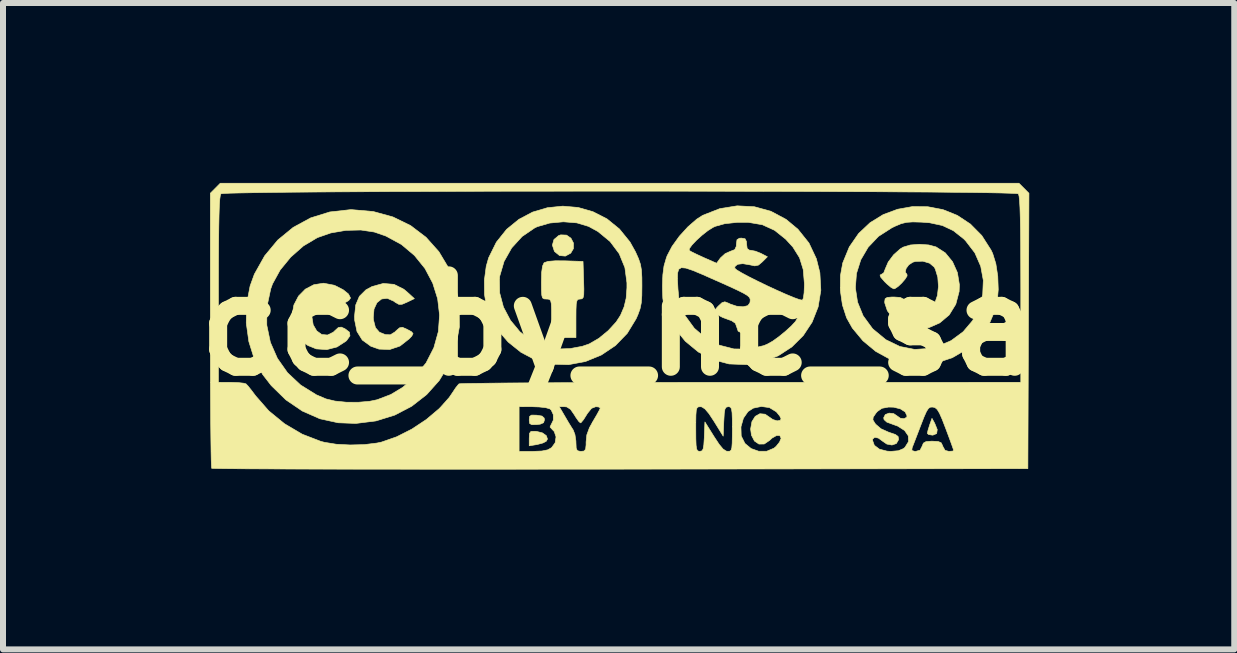
<source format=kicad_pcb>
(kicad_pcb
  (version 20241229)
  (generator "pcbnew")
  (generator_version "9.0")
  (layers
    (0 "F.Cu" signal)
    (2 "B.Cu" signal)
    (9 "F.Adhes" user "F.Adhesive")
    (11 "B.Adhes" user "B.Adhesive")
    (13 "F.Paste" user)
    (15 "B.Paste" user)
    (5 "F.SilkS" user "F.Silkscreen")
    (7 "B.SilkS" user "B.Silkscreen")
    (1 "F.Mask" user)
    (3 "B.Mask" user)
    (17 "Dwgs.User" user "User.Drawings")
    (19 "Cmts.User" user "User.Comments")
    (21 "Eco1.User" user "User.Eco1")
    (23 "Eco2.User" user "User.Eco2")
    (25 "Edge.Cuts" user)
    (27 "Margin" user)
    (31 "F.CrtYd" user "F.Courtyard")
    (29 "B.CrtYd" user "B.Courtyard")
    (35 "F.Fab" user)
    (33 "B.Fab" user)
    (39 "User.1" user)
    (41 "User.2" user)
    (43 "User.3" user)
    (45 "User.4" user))
  (footprint "cc_by_nc_sa"
    (layer "F.Cu")
    (at 7.264 2.376)
    (property "Reference" "cc_by_nc_sa" (at 0 0 0) (layer "F.SilkS") (effects (font (size 1.524 1.524) (thickness 0.3))))
    (attr through_hole)
    (fp_poly (pts (xy 5.27 1.63) (xy 5.313 1.736) (xy 5.303 1.803) (xy 5.241 1.829) (xy 5.232 1.829) (xy 5.169 1.819) (xy 5.148 1.8) (xy 5.158 1.751) (xy 5.183 1.67) (xy 5.186 1.66) (xy 5.225 1.549) (xy 5.27 1.63)) (stroke (width 0.01) (type solid)) (fill yes) (layer "F.SilkS"))
    (fp_poly (pts (xy -1.367 1.767) (xy -1.269 1.792) (xy -1.205 1.838) (xy -1.186 1.894) (xy -1.206 1.931) (xy -1.262 1.96) (xy -1.351 1.984) (xy -1.366 1.987) (xy -1.49 2.007) (xy -1.49 1.882) (xy -1.486 1.8) (xy -1.461 1.767) (xy -1.395 1.765) (xy -1.367 1.767)) (stroke (width 0.01) (type solid)) (fill yes) (layer "F.SilkS"))
    (fp_poly (pts (xy -0.868 -1.506) (xy -0.794 -1.454) (xy -0.752 -1.373) (xy -0.753 -1.281) (xy -0.798 -1.205) (xy -0.888 -1.156) (xy -0.985 -1.165) (xy -1.066 -1.231) (xy -1.071 -1.238) (xy -1.104 -1.339) (xy -1.078 -1.432) (xy -1 -1.498) (xy -0.965 -1.51) (xy -0.868 -1.506)) (stroke (width 0.01) (type solid)) (fill yes) (layer "F.SilkS"))
    (fp_poly (pts (xy -1.374 1.496) (xy -1.363 1.497) (xy -1.277 1.511) (xy -1.241 1.544) (xy -1.236 1.575) (xy -1.251 1.622) (xy -1.306 1.646) (xy -1.363 1.653) (xy -1.446 1.655) (xy -1.482 1.636) (xy -1.49 1.582) (xy -1.49 1.575) (xy -1.484 1.517) (xy -1.452 1.495) (xy -1.374 1.496)) (stroke (width 0.01) (type solid)) (fill yes) (layer "F.SilkS"))
    (fp_poly (pts (xy -0.892 -1.077) (xy -0.593 -1.067) (xy -0.583 -0.754) (xy -0.579 -0.607) (xy -0.581 -0.515) (xy -0.591 -0.465) (xy -0.611 -0.444) (xy -0.642 -0.44) (xy -0.674 -0.436) (xy -0.694 -0.414) (xy -0.706 -0.361) (xy -0.71 -0.266) (xy -0.711 -0.119) (xy -0.711 0.203) (xy -1.118 0.203) (xy -1.118 -0.119) (xy -1.118 -0.268) (xy -1.122 -0.362) (xy -1.133 -0.413) (xy -1.154 -0.435) (xy -1.188 -0.44) (xy -1.202 -0.44) (xy -1.244 -0.443) (xy -1.269 -0.46) (xy -1.281 -0.505) (xy -1.286 -0.592) (xy -1.287 -0.724) (xy -1.283 -0.886) (xy -1.268 -0.99) (xy -1.243 -1.044) (xy -1.239 -1.047) (xy -1.176 -1.068) (xy -1.052 -1.078) (xy -0.892 -1.077)) (stroke (width 0.01) (type solid)) (fill yes) (layer "F.SilkS"))
    (fp_poly (pts (xy -3.745 -0.685) (xy -3.582 -0.604) (xy -3.528 -0.559) (xy -3.405 -0.447) (xy -3.527 -0.388) (xy -3.609 -0.353) (xy -3.663 -0.351) (xy -3.722 -0.384) (xy -3.748 -0.404) (xy -3.856 -0.452) (xy -3.952 -0.441) (xy -4.029 -0.379) (xy -4.078 -0.273) (xy -4.09 -0.131) (xy -4.086 -0.088) (xy -4.054 0.037) (xy -3.988 0.113) (xy -3.888 0.153) (xy -3.806 0.156) (xy -3.731 0.11) (xy -3.714 0.093) (xy -3.653 0.04) (xy -3.604 0.031) (xy -3.535 0.061) (xy -3.454 0.104) (xy -3.427 0.136) (xy -3.449 0.178) (xy -3.491 0.223) (xy -3.644 0.343) (xy -3.815 0.401) (xy -3.995 0.395) (xy -4.131 0.347) (xy -4.273 0.244) (xy -4.362 0.101) (xy -4.4 -0.085) (xy -4.403 -0.149) (xy -4.383 -0.341) (xy -4.322 -0.485) (xy -4.213 -0.593) (xy -4.11 -0.649) (xy -3.923 -0.7) (xy -3.745 -0.685)) (stroke (width 0.01) (type solid)) (fill yes) (layer "F.SilkS"))
    (fp_poly (pts (xy -4.745 -0.671) (xy -4.723 -0.662) (xy -4.592 -0.595) (xy -4.504 -0.524) (xy -4.47 -0.458) (xy -4.47 -0.456) (xy -4.499 -0.416) (xy -4.567 -0.375) (xy -4.573 -0.372) (xy -4.652 -0.348) (xy -4.706 -0.362) (xy -4.741 -0.389) (xy -4.843 -0.447) (xy -4.943 -0.445) (xy -5.029 -0.391) (xy -5.09 -0.292) (xy -5.114 -0.154) (xy -5.114 -0.147) (xy -5.092 -0.01) (xy -5.033 0.091) (xy -4.95 0.151) (xy -4.854 0.16) (xy -4.757 0.113) (xy -4.731 0.088) (xy -4.673 0.035) (xy -4.624 0.028) (xy -4.563 0.055) (xy -4.488 0.112) (xy -4.479 0.173) (xy -4.533 0.25) (xy -4.547 0.263) (xy -4.695 0.359) (xy -4.866 0.403) (xy -5.041 0.391) (xy -5.181 0.334) (xy -5.296 0.252) (xy -5.367 0.163) (xy -5.416 0.038) (xy -5.421 0.019) (xy -5.445 -0.168) (xy -5.414 -0.341) (xy -5.337 -0.489) (xy -5.223 -0.605) (xy -5.081 -0.679) (xy -4.919 -0.704) (xy -4.745 -0.671)) (stroke (width 0.01) (type solid)) (fill yes) (layer "F.SilkS"))
    (fp_poly (pts (xy 5.17 -1.342) (xy 5.293 -1.309) (xy 5.447 -1.21) (xy 5.568 -1.062) (xy 5.649 -0.881) (xy 5.682 -0.679) (xy 5.678 -0.566) (xy 5.622 -0.353) (xy 5.512 -0.175) (xy 5.354 -0.042) (xy 5.178 0.035) (xy 5.079 0.058) (xy 4.993 0.061) (xy 4.888 0.043) (xy 4.852 0.035) (xy 4.702 -0.026) (xy 4.573 -0.124) (xy 4.481 -0.245) (xy 4.438 -0.374) (xy 4.437 -0.398) (xy 4.444 -0.445) (xy 4.479 -0.467) (xy 4.559 -0.474) (xy 4.59 -0.474) (xy 4.695 -0.467) (xy 4.75 -0.44) (xy 4.764 -0.415) (xy 4.834 -0.309) (xy 4.94 -0.247) (xy 5.065 -0.234) (xy 5.188 -0.277) (xy 5.204 -0.287) (xy 5.272 -0.372) (xy 5.316 -0.5) (xy 5.333 -0.65) (xy 5.322 -0.803) (xy 5.281 -0.938) (xy 5.263 -0.972) (xy 5.187 -1.037) (xy 5.074 -1.071) (xy 4.951 -1.067) (xy 4.905 -1.054) (xy 4.838 -1.01) (xy 4.793 -0.948) (xy 4.78 -0.889) (xy 4.807 -0.853) (xy 4.808 -0.853) (xy 4.81 -0.825) (xy 4.776 -0.771) (xy 4.72 -0.706) (xy 4.658 -0.648) (xy 4.605 -0.613) (xy 4.589 -0.61) (xy 4.545 -0.632) (xy 4.476 -0.69) (xy 4.437 -0.728) (xy 4.371 -0.804) (xy 4.359 -0.841) (xy 4.375 -0.847) (xy 4.421 -0.877) (xy 4.447 -0.944) (xy 4.496 -1.058) (xy 4.585 -1.177) (xy 4.695 -1.275) (xy 4.744 -1.305) (xy 4.862 -1.341) (xy 5.014 -1.353) (xy 5.17 -1.342)) (stroke (width 0.01) (type solid)) (fill yes) (layer "F.SilkS"))
    (fp_poly (pts (xy 5.157 -1.979) (xy 5.408 -1.931) (xy 5.647 -1.835) (xy 5.865 -1.691) (xy 6.055 -1.499) (xy 6.209 -1.258) (xy 6.237 -1.2) (xy 6.29 -1.029) (xy 6.322 -0.82) (xy 6.33 -0.599) (xy 6.313 -0.394) (xy 6.289 -0.283) (xy 6.177 -0.019) (xy 6.013 0.21) (xy 5.806 0.397) (xy 5.564 0.538) (xy 5.297 0.627) (xy 5.012 0.658) (xy 4.779 0.64) (xy 4.528 0.565) (xy 4.289 0.434) (xy 4.074 0.256) (xy 3.897 0.043) (xy 3.801 -0.128) (xy 3.732 -0.341) (xy 3.697 -0.585) (xy 3.697 -0.627) (xy 3.948 -0.627) (xy 3.984 -0.389) (xy 4.077 -0.161) (xy 4.229 0.047) (xy 4.243 0.062) (xy 4.456 0.238) (xy 4.689 0.351) (xy 4.937 0.4) (xy 5.195 0.383) (xy 5.304 0.356) (xy 5.545 0.253) (xy 5.745 0.105) (xy 5.901 -0.079) (xy 6.01 -0.289) (xy 6.071 -0.517) (xy 6.081 -0.752) (xy 6.038 -0.986) (xy 5.94 -1.21) (xy 5.784 -1.413) (xy 5.752 -1.445) (xy 5.581 -1.58) (xy 5.399 -1.666) (xy 5.185 -1.712) (xy 5.052 -1.722) (xy 4.906 -1.726) (xy 4.801 -1.719) (xy 4.711 -1.697) (xy 4.609 -1.654) (xy 4.554 -1.627) (xy 4.333 -1.485) (xy 4.161 -1.304) (xy 4.038 -1.094) (xy 3.966 -0.865) (xy 3.948 -0.627) (xy 3.697 -0.627) (xy 3.699 -0.831) (xy 3.737 -1.041) (xy 3.847 -1.309) (xy 4.002 -1.533) (xy 4.193 -1.713) (xy 4.412 -1.848) (xy 4.651 -1.937) (xy 4.902 -1.982) (xy 5.157 -1.979)) (stroke (width 0.01) (type solid)) (fill yes) (layer "F.SilkS"))
    (fp_poly (pts (xy -4.09 -1.899) (xy -3.763 -1.809) (xy -3.468 -1.665) (xy -3.211 -1.47) (xy -2.996 -1.229) (xy -2.828 -0.948) (xy -2.712 -0.629) (xy -2.658 -0.32) (xy -2.655 0.025) (xy -2.713 0.35) (xy -2.827 0.65) (xy -2.991 0.919) (xy -3.2 1.153) (xy -3.449 1.347) (xy -3.732 1.495) (xy -4.045 1.592) (xy -4.381 1.634) (xy -4.676 1.623) (xy -4.981 1.556) (xy -5.274 1.427) (xy -5.547 1.241) (xy -5.791 1.003) (xy -5.935 0.817) (xy -6.074 0.56) (xy -6.165 0.269) (xy -6.203 -0.005) (xy -5.866 -0.005) (xy -5.806 0.282) (xy -5.689 0.549) (xy -5.52 0.789) (xy -5.301 0.994) (xy -5.037 1.158) (xy -4.879 1.225) (xy -4.73 1.261) (xy -4.541 1.28) (xy -4.34 1.281) (xy -4.152 1.265) (xy -4.026 1.239) (xy -3.796 1.151) (xy -3.599 1.032) (xy -3.407 0.866) (xy -3.4 0.858) (xy -3.21 0.625) (xy -3.08 0.371) (xy -3.005 0.102) (xy -2.985 -0.172) (xy -3.017 -0.444) (xy -3.099 -0.705) (xy -3.228 -0.949) (xy -3.403 -1.166) (xy -3.62 -1.349) (xy -3.879 -1.49) (xy -4.072 -1.557) (xy -4.297 -1.591) (xy -4.548 -1.585) (xy -4.799 -1.542) (xy -5.023 -1.464) (xy -5.256 -1.325) (xy -5.467 -1.139) (xy -5.643 -0.924) (xy -5.77 -0.693) (xy -5.8 -0.61) (xy -5.865 -0.305) (xy -5.866 -0.005) (xy -6.203 -0.005) (xy -6.208 -0.042) (xy -6.202 -0.356) (xy -6.144 -0.658) (xy -6.073 -0.854) (xy -5.9 -1.162) (xy -5.682 -1.424) (xy -5.425 -1.635) (xy -5.134 -1.793) (xy -4.816 -1.892) (xy -4.475 -1.93) (xy -4.445 -1.93) (xy -4.09 -1.899)) (stroke (width 0.01) (type solid)) (fill yes) (layer "F.SilkS"))
    (fp_poly (pts (xy -0.675 -1.967) (xy -0.427 -1.896) (xy -0.194 -1.777) (xy 0.014 -1.608) (xy 0.19 -1.391) (xy 0.282 -1.226) (xy 0.332 -1.114) (xy 0.364 -1.02) (xy 0.381 -0.923) (xy 0.388 -0.799) (xy 0.389 -0.66) (xy 0.387 -0.495) (xy 0.378 -0.375) (xy 0.358 -0.278) (xy 0.323 -0.181) (xy 0.292 -0.111) (xy 0.144 0.132) (xy -0.052 0.335) (xy -0.288 0.493) (xy -0.551 0.601) (xy -0.834 0.654) (xy -1.126 0.646) (xy -1.141 0.644) (xy -1.39 0.574) (xy -1.628 0.448) (xy -1.842 0.276) (xy -2.021 0.069) (xy -2.152 -0.162) (xy -2.201 -0.304) (xy -2.236 -0.519) (xy -2.238 -0.757) (xy -2.234 -0.783) (xy -1.987 -0.783) (xy -1.983 -0.542) (xy -1.92 -0.306) (xy -1.804 -0.086) (xy -1.646 0.105) (xy -1.451 0.258) (xy -1.229 0.359) (xy -1.202 0.366) (xy -1.019 0.393) (xy -0.809 0.386) (xy -0.605 0.348) (xy -0.489 0.308) (xy -0.329 0.215) (xy -0.172 0.086) (xy -0.04 -0.058) (xy 0.032 -0.169) (xy 0.092 -0.31) (xy 0.126 -0.453) (xy 0.139 -0.626) (xy 0.139 -0.71) (xy 0.105 -0.964) (xy 0.01 -1.196) (xy -0.142 -1.399) (xy -0.345 -1.566) (xy -0.5 -1.651) (xy -0.696 -1.71) (xy -0.92 -1.728) (xy -1.148 -1.707) (xy -1.355 -1.647) (xy -1.399 -1.626) (xy -1.609 -1.483) (xy -1.783 -1.292) (xy -1.91 -1.067) (xy -1.982 -0.822) (xy -1.987 -0.783) (xy -2.234 -0.783) (xy -2.207 -0.986) (xy -2.167 -1.127) (xy -2.038 -1.388) (xy -1.867 -1.602) (xy -1.662 -1.769) (xy -1.433 -1.89) (xy -1.186 -1.963) (xy -0.931 -1.989) (xy -0.675 -1.967)) (stroke (width 0.01) (type solid)) (fill yes) (layer "F.SilkS"))
    (fp_poly (pts (xy 2.264 -1.979) (xy 2.538 -1.904) (xy 2.793 -1.768) (xy 2.99 -1.604) (xy 3.174 -1.374) (xy 3.298 -1.111) (xy 3.356 -0.879) (xy 3.372 -0.585) (xy 3.327 -0.309) (xy 3.227 -0.055) (xy 3.079 0.169) (xy 2.889 0.358) (xy 2.662 0.506) (xy 2.405 0.607) (xy 2.125 0.653) (xy 1.841 0.642) (xy 1.577 0.572) (xy 1.33 0.443) (xy 1.112 0.263) (xy 0.931 0.04) (xy 0.838 -0.126) (xy 0.785 -0.248) (xy 0.752 -0.349) (xy 0.737 -0.455) (xy 0.732 -0.594) (xy 0.731 -0.66) (xy 0.735 -0.779) (xy 0.981 -0.779) (xy 0.988 -0.643) (xy 0.99 -0.606) (xy 1.005 -0.446) (xy 1.034 -0.323) (xy 1.085 -0.207) (xy 1.107 -0.166) (xy 1.263 0.048) (xy 1.458 0.214) (xy 1.682 0.33) (xy 1.923 0.392) (xy 2.173 0.395) (xy 2.42 0.337) (xy 2.478 0.313) (xy 2.566 0.264) (xy 2.671 0.189) (xy 2.779 0.101) (xy 2.876 0.013) (xy 2.948 -0.064) (xy 2.979 -0.116) (xy 2.98 -0.121) (xy 2.951 -0.146) (xy 2.879 -0.187) (xy 2.781 -0.236) (xy 2.676 -0.283) (xy 2.584 -0.32) (xy 2.522 -0.338) (xy 2.516 -0.339) (xy 2.483 -0.311) (xy 2.455 -0.262) (xy 2.405 -0.202) (xy 2.318 -0.139) (xy 2.279 -0.119) (xy 2.188 -0.067) (xy 2.145 -0.017) (xy 2.135 0.045) (xy 2.125 0.113) (xy 2.086 0.132) (xy 2.057 0.129) (xy 1.993 0.095) (xy 1.971 0.03) (xy 1.947 -0.036) (xy 1.884 -0.079) (xy 1.835 -0.096) (xy 1.733 -0.134) (xy 1.649 -0.178) (xy 1.642 -0.183) (xy 1.601 -0.219) (xy 1.6 -0.251) (xy 1.642 -0.301) (xy 1.663 -0.323) (xy 1.725 -0.38) (xy 1.772 -0.394) (xy 1.837 -0.369) (xy 1.86 -0.357) (xy 1.967 -0.321) (xy 2.075 -0.311) (xy 2.076 -0.311) (xy 2.155 -0.33) (xy 2.189 -0.377) (xy 2.194 -0.408) (xy 2.194 -0.439) (xy 2.181 -0.468) (xy 2.146 -0.5) (xy 2.082 -0.538) (xy 1.98 -0.589) (xy 1.833 -0.657) (xy 1.632 -0.747) (xy 1.619 -0.752) (xy 1.401 -0.849) (xy 1.238 -0.917) (xy 1.123 -0.956) (xy 1.047 -0.963) (xy 1.003 -0.937) (xy 0.984 -0.876) (xy 0.981 -0.779) (xy 0.735 -0.779) (xy 0.738 -0.846) (xy 0.757 -0.991) (xy 0.795 -1.122) (xy 0.809 -1.161) (xy 0.856 -1.251) (xy 1.177 -1.251) (xy 1.219 -1.226) (xy 1.305 -1.184) (xy 1.416 -1.133) (xy 1.418 -1.132) (xy 1.634 -1.037) (xy 1.699 -1.126) (xy 1.777 -1.197) (xy 1.864 -1.236) (xy 1.937 -1.264) (xy 1.962 -1.319) (xy 1.964 -1.357) (xy 1.974 -1.429) (xy 2.015 -1.454) (xy 2.049 -1.456) (xy 2.109 -1.445) (xy 2.132 -1.399) (xy 2.134 -1.355) (xy 2.144 -1.281) (xy 2.183 -1.254) (xy 2.203 -1.253) (xy 2.281 -1.238) (xy 2.374 -1.201) (xy 2.377 -1.199) (xy 2.481 -1.145) (xy 2.397 -1.061) (xy 2.332 -1.006) (xy 2.27 -0.993) (xy 2.19 -1.01) (xy 2.071 -1.03) (xy 1.983 -1.019) (xy 1.939 -0.981) (xy 1.937 -0.954) (xy 1.97 -0.925) (xy 2.052 -0.876) (xy 2.173 -0.811) (xy 2.319 -0.738) (xy 2.48 -0.66) (xy 2.642 -0.585) (xy 2.793 -0.518) (xy 2.923 -0.464) (xy 3.017 -0.43) (xy 3.065 -0.421) (xy 3.065 -0.421) (xy 3.081 -0.457) (xy 3.093 -0.545) (xy 3.098 -0.669) (xy 3.098 -0.697) (xy 3.078 -0.933) (xy 3.017 -1.129) (xy 2.905 -1.308) (xy 2.786 -1.438) (xy 2.601 -1.586) (xy 2.397 -1.679) (xy 2.162 -1.719) (xy 1.981 -1.719) (xy 1.769 -1.696) (xy 1.611 -1.652) (xy 1.575 -1.635) (xy 1.487 -1.58) (xy 1.391 -1.504) (xy 1.299 -1.421) (xy 1.225 -1.343) (xy 1.18 -1.281) (xy 1.177 -1.251) (xy 0.856 -1.251) (xy 0.892 -1.319) (xy 1.013 -1.487) (xy 1.156 -1.644) (xy 1.303 -1.772) (xy 1.403 -1.836) (xy 1.687 -1.947) (xy 1.977 -1.994) (xy 2.264 -1.979)) (stroke (width 0.01) (type solid)) (fill yes) (layer "F.SilkS"))
    (fp_poly (pts (xy 6.842 -2.204) (xy 6.833 0.092) (xy 6.824 2.388) (xy 0.031 2.396) (xy -0.642 2.397) (xy -1.298 2.397) (xy -1.932 2.398) (xy -2.541 2.398) (xy -3.123 2.398) (xy -3.674 2.397) (xy -4.191 2.397) (xy -4.671 2.396) (xy -5.11 2.395) (xy -5.505 2.394) (xy -5.853 2.392) (xy -6.151 2.391) (xy -6.396 2.389) (xy -6.584 2.387) (xy -6.712 2.385) (xy -6.777 2.383) (xy -6.785 2.382) (xy -6.788 2.345) (xy -6.792 2.246) (xy -6.795 2.091) (xy -6.798 1.884) (xy -6.801 1.632) (xy -6.803 1.341) (xy -6.805 1.015) (xy -6.806 0.661) (xy -6.807 0.284) (xy -6.807 0.077) (xy -6.807 -0.603) (xy -6.672 -0.603) (xy -6.672 0.948) (xy -6.46 0.949) (xy -6.343 0.953) (xy -6.253 0.963) (xy -6.213 0.974) (xy -6.176 1.013) (xy -6.115 1.09) (xy -6.051 1.175) (xy -5.833 1.424) (xy -5.569 1.64) (xy -5.274 1.814) (xy -4.965 1.933) (xy -4.903 1.949) (xy -4.706 1.981) (xy -4.476 1.993) (xy -4.24 1.987) (xy -4.029 1.961) (xy -3.953 1.945) (xy -3.701 1.857) (xy -3.446 1.728) (xy -3.205 1.568) (xy -2.993 1.389) (xy -2.961 1.355) (xy -1.659 1.355) (xy -1.659 2.1) (xy -1.426 2.1) (xy -1.279 2.094) (xy -1.181 2.074) (xy -1.117 2.038) (xy -1.058 1.956) (xy -1.043 1.858) (xy -1.073 1.769) (xy -1.103 1.738) (xy -1.143 1.694) (xy -1.125 1.653) (xy -1.124 1.653) (xy -1.088 1.578) (xy -1.089 1.486) (xy -1.124 1.41) (xy -1.149 1.39) (xy -1.216 1.371) (xy -1.326 1.359) (xy -1.437 1.355) (xy -0.989 1.355) (xy -0.895 1.516) (xy -0.834 1.62) (xy -0.779 1.709) (xy -0.757 1.743) (xy -0.728 1.819) (xy -0.712 1.925) (xy -0.711 1.955) (xy -0.707 2.046) (xy -0.688 2.088) (xy -0.643 2.099) (xy -0.627 2.1) (xy -0.575 2.094) (xy -0.55 2.063) (xy -0.542 1.991) (xy -0.542 1.943) (xy -0.53 1.825) (xy -0.494 1.727) (xy 1.287 1.727) (xy 1.288 1.89) (xy 1.292 1.997) (xy 1.301 2.06) (xy 1.317 2.09) (xy 1.342 2.099) (xy 1.353 2.1) (xy 1.388 2.092) (xy 1.409 2.061) (xy 1.421 1.992) (xy 1.429 1.87) (xy 1.429 1.854) (xy 1.439 1.609) (xy 1.592 1.854) (xy 1.677 1.983) (xy 1.741 2.06) (xy 1.794 2.095) (xy 1.82 2.099) (xy 1.854 2.097) (xy 1.875 2.081) (xy 1.888 2.039) (xy 1.894 1.961) (xy 1.896 1.834) (xy 1.897 1.727) (xy 1.896 1.691) (xy 2.04 1.691) (xy 2.044 1.836) (xy 2.047 1.848) (xy 2.107 1.968) (xy 2.21 2.053) (xy 2.337 2.098) (xy 2.469 2.098) (xy 2.59 2.047) (xy 2.626 2.017) (xy 2.683 1.946) (xy 2.697 1.913) (xy 4.233 1.913) (xy 4.264 1.999) (xy 4.349 2.063) (xy 4.476 2.096) (xy 4.538 2.1) (xy 4.666 2.089) (xy 4.676 2.085) (xy 4.889 2.085) (xy 4.935 2.099) (xy 4.954 2.1) (xy 5.027 2.079) (xy 5.06 2.015) (xy 5.082 1.962) (xy 5.126 1.937) (xy 5.213 1.93) (xy 5.232 1.93) (xy 5.328 1.935) (xy 5.378 1.956) (xy 5.402 2.004) (xy 5.405 2.015) (xy 5.443 2.083) (xy 5.507 2.1) (xy 5.569 2.095) (xy 5.588 2.087) (xy 5.577 2.053) (xy 5.547 1.968) (xy 5.502 1.846) (xy 5.456 1.723) (xy 5.396 1.567) (xy 5.35 1.463) (xy 5.313 1.402) (xy 5.277 1.371) (xy 5.241 1.361) (xy 5.201 1.362) (xy 5.168 1.382) (xy 5.134 1.433) (xy 5.092 1.527) (xy 5.038 1.666) (xy 4.984 1.807) (xy 4.937 1.929) (xy 4.904 2.014) (xy 4.894 2.04) (xy 4.889 2.085) (xy 4.676 2.085) (xy 4.751 2.053) (xy 4.775 2.032) (xy 4.834 1.937) (xy 4.83 1.841) (xy 4.769 1.752) (xy 4.655 1.679) (xy 4.572 1.649) (xy 4.472 1.612) (xy 4.426 1.57) (xy 4.42 1.539) (xy 4.447 1.486) (xy 4.511 1.462) (xy 4.586 1.47) (xy 4.638 1.505) (xy 4.697 1.547) (xy 4.761 1.555) (xy 4.804 1.53) (xy 4.809 1.508) (xy 4.778 1.442) (xy 4.698 1.391) (xy 4.586 1.363) (xy 4.502 1.361) (xy 4.39 1.382) (xy 4.313 1.436) (xy 4.289 1.465) (xy 4.245 1.53) (xy 4.24 1.575) (xy 4.275 1.632) (xy 4.287 1.648) (xy 4.375 1.723) (xy 4.504 1.781) (xy 4.516 1.785) (xy 4.614 1.818) (xy 4.66 1.851) (xy 4.668 1.896) (xy 4.667 1.907) (xy 4.631 1.969) (xy 4.558 1.994) (xy 4.472 1.978) (xy 4.405 1.932) (xy 4.331 1.878) (xy 4.269 1.865) (xy 4.235 1.896) (xy 4.233 1.913) (xy 2.697 1.913) (xy 2.709 1.885) (xy 2.709 1.881) (xy 2.688 1.836) (xy 2.633 1.836) (xy 2.56 1.877) (xy 2.518 1.916) (xy 2.428 1.977) (xy 2.34 1.978) (xy 2.265 1.927) (xy 2.215 1.83) (xy 2.201 1.727) (xy 2.223 1.604) (xy 2.278 1.516) (xy 2.356 1.472) (xy 2.443 1.48) (xy 2.504 1.522) (xy 2.572 1.569) (xy 2.644 1.591) (xy 2.696 1.582) (xy 2.709 1.556) (xy 2.687 1.51) (xy 2.634 1.445) (xy 2.626 1.438) (xy 2.515 1.37) (xy 2.38 1.351) (xy 2.246 1.379) (xy 2.158 1.436) (xy 2.081 1.547) (xy 2.04 1.691) (xy 1.896 1.691) (xy 1.896 1.564) (xy 1.892 1.457) (xy 1.883 1.394) (xy 1.867 1.364) (xy 1.841 1.355) (xy 1.83 1.355) (xy 1.796 1.362) (xy 1.774 1.393) (xy 1.762 1.463) (xy 1.755 1.584) (xy 1.754 1.6) (xy 1.744 1.846) (xy 1.592 1.6) (xy 1.507 1.471) (xy 1.442 1.394) (xy 1.389 1.359) (xy 1.363 1.355) (xy 1.33 1.358) (xy 1.308 1.374) (xy 1.295 1.415) (xy 1.289 1.494) (xy 1.287 1.621) (xy 1.287 1.727) (xy -0.494 1.727) (xy -0.487 1.707) (xy -0.423 1.592) (xy -0.363 1.49) (xy -0.321 1.413) (xy -0.305 1.376) (xy -0.334 1.359) (xy -0.381 1.355) (xy -0.451 1.382) (xy -0.52 1.467) (xy -0.534 1.49) (xy -0.585 1.571) (xy -0.625 1.619) (xy -0.636 1.625) (xy -0.666 1.598) (xy -0.713 1.531) (xy -0.738 1.49) (xy -0.801 1.399) (xy -0.863 1.359) (xy -0.902 1.355) (xy -0.989 1.355) (xy -1.437 1.355) (xy -1.659 1.355) (xy -2.961 1.355) (xy -2.825 1.202) (xy -2.771 1.123) (xy -2.716 1.04) (xy -2.67 0.983) (xy -2.66 0.974) (xy -2.623 0.971) (xy -2.521 0.968) (xy -2.36 0.966) (xy -2.143 0.963) (xy -1.873 0.96) (xy -1.556 0.958) (xy -1.194 0.956) (xy -0.791 0.954) (xy -0.352 0.953) (xy 0.119 0.951) (xy 0.619 0.95) (xy 1.144 0.949) (xy 1.69 0.949) (xy 2.04 0.949) (xy 6.706 0.948) (xy 6.706 -0.603) (xy 6.705 -0.994) (xy 6.704 -1.321) (xy 6.701 -1.59) (xy 6.697 -1.803) (xy 6.692 -1.966) (xy 6.685 -2.082) (xy 6.677 -2.156) (xy 6.667 -2.191) (xy 6.665 -2.195) (xy 6.627 -2.2) (xy 6.524 -2.204) (xy 6.362 -2.209) (xy 6.145 -2.213) (xy 5.875 -2.217) (xy 5.558 -2.22) (xy 5.196 -2.224) (xy 4.795 -2.226) (xy 4.358 -2.229) (xy 3.889 -2.231) (xy 3.391 -2.233) (xy 2.87 -2.235) (xy 2.329 -2.236) (xy 1.772 -2.237) (xy 1.202 -2.238) (xy 0.625 -2.239) (xy 0.043 -2.239) (xy -0.539 -2.239) (xy -1.117 -2.238) (xy -1.687 -2.238) (xy -2.246 -2.237) (xy -2.789 -2.235) (xy -3.312 -2.233) (xy -3.811 -2.232) (xy -4.283 -2.229) (xy -4.723 -2.227) (xy -5.128 -2.224) (xy -5.493 -2.221) (xy -5.815 -2.217) (xy -6.089 -2.213) (xy -6.311 -2.209) (xy -6.478 -2.205) (xy -6.586 -2.2) (xy -6.63 -2.195) (xy -6.631 -2.195) (xy -6.641 -2.166) (xy -6.65 -2.101) (xy -6.657 -1.994) (xy -6.662 -1.842) (xy -6.666 -1.639) (xy -6.669 -1.383) (xy -6.671 -1.068) (xy -6.672 -0.691) (xy -6.672 -0.603) (xy -6.807 -0.603) (xy -6.807 -2.204) (xy -6.641 -2.371) (xy 6.675 -2.371) (xy 6.842 -2.204)) (stroke (width 0.01) (type solid)) (fill yes) (layer "F.SilkS")))
  (gr_rect
    (start -3 -3)
    (end 17.529 7.778)
    (stroke (width 0.1) (type default))
    (fill no)
    (layer "Edge.Cuts")))
</source>
